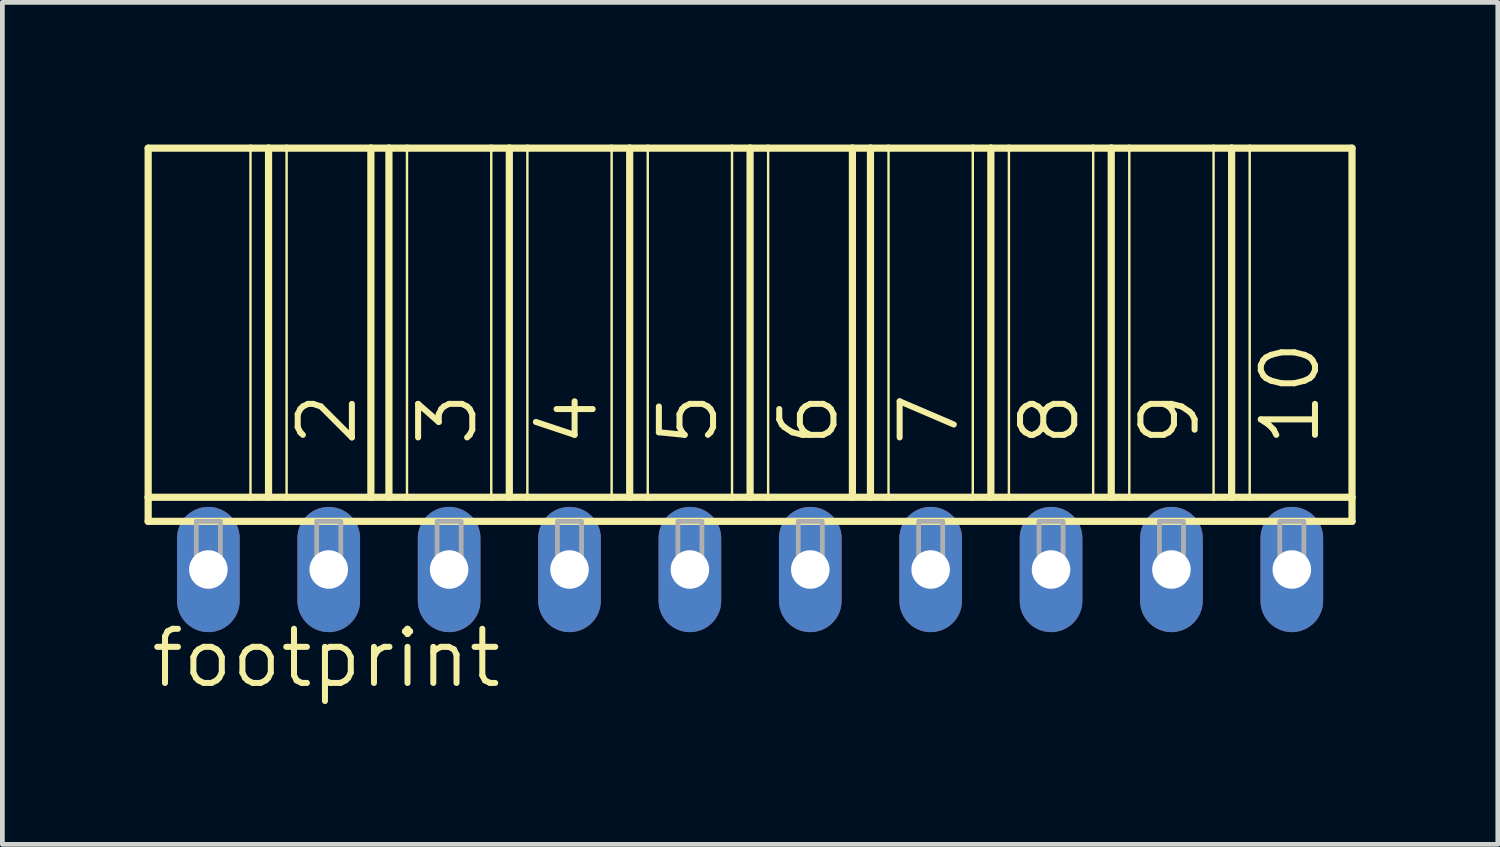
<source format=kicad_pcb>
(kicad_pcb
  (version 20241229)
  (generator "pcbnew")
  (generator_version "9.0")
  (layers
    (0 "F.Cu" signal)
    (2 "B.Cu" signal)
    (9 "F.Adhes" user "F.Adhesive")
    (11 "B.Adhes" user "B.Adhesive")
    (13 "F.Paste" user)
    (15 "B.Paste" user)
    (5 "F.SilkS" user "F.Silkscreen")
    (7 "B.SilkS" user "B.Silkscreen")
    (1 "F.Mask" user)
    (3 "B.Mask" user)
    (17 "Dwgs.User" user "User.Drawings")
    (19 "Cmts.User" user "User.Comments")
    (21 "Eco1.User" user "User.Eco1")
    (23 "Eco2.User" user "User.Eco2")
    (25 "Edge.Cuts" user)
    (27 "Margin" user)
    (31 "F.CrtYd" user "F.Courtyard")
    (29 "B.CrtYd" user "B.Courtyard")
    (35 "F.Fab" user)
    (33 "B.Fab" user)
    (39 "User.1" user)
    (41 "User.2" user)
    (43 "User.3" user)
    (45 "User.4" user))
  (footprint "footprint"
    (layer "F.Cu")
    (at 12.776 8.966)
    (property "Reference" "footprint" (at -12.7 2.54 0) (layer "F.SilkS") (effects (font (size 1.143 1.143) (thickness 0.127)) (justify left bottom)))
    (fp_line (start -12.7 -8.89) (end -10.541 -8.89) (stroke (width 0.152) (type solid)) (layer "F.SilkS"))
    (fp_line (start -12.7 -1.524) (end -12.7 -8.89) (stroke (width 0.152) (type solid)) (layer "F.SilkS"))
    (fp_line (start -12.7 -1.524) (end -10.541 -1.524) (stroke (width 0.152) (type solid)) (layer "F.SilkS"))
    (fp_line (start -12.7 -1.016) (end -12.7 -1.524) (stroke (width 0.152) (type solid)) (layer "F.SilkS"))
    (fp_line (start -12.7 -1.016) (end 12.7 -1.016) (stroke (width 0.152) (type solid)) (layer "F.SilkS"))
    (fp_line (start -10.541 -8.89) (end -10.541 -1.524) (stroke (width 0.051) (type solid)) (layer "F.SilkS"))
    (fp_line (start -10.541 -8.89) (end -10.16 -8.89) (stroke (width 0.152) (type solid)) (layer "F.SilkS"))
    (fp_line (start -10.541 -1.524) (end -10.16 -1.524) (stroke (width 0.152) (type solid)) (layer "F.SilkS"))
    (fp_line (start -10.16 -8.89) (end -10.16 -1.524) (stroke (width 0.152) (type solid)) (layer "F.SilkS"))
    (fp_line (start -10.16 -8.89) (end -9.779 -8.89) (stroke (width 0.152) (type solid)) (layer "F.SilkS"))
    (fp_line (start -10.16 -1.524) (end -9.779 -1.524) (stroke (width 0.152) (type solid)) (layer "F.SilkS"))
    (fp_line (start -9.779 -8.89) (end -9.779 -1.524) (stroke (width 0.051) (type solid)) (layer "F.SilkS"))
    (fp_line (start -9.779 -8.89) (end -8.001 -8.89) (stroke (width 0.152) (type solid)) (layer "F.SilkS"))
    (fp_line (start -9.779 -1.524) (end -8.001 -1.524) (stroke (width 0.152) (type solid)) (layer "F.SilkS"))
    (fp_line (start -8.001 -8.89) (end -8.001 -1.524) (stroke (width 0.152) (type solid)) (layer "F.SilkS"))
    (fp_line (start -8.001 -8.89) (end -7.62 -8.89) (stroke (width 0.152) (type solid)) (layer "F.SilkS"))
    (fp_line (start -8.001 -1.524) (end -7.62 -1.524) (stroke (width 0.152) (type solid)) (layer "F.SilkS"))
    (fp_line (start -7.62 -8.89) (end -7.62 -1.524) (stroke (width 0.152) (type solid)) (layer "F.SilkS"))
    (fp_line (start -7.62 -8.89) (end -7.239 -8.89) (stroke (width 0.152) (type solid)) (layer "F.SilkS"))
    (fp_line (start -7.62 -1.524) (end -7.239 -1.524) (stroke (width 0.152) (type solid)) (layer "F.SilkS"))
    (fp_line (start -7.239 -8.89) (end -7.239 -1.524) (stroke (width 0.051) (type solid)) (layer "F.SilkS"))
    (fp_line (start -7.239 -8.89) (end -5.461 -8.89) (stroke (width 0.152) (type solid)) (layer "F.SilkS"))
    (fp_line (start -7.239 -1.524) (end -5.461 -1.524) (stroke (width 0.152) (type solid)) (layer "F.SilkS"))
    (fp_line (start -5.461 -8.89) (end -5.461 -1.524) (stroke (width 0.051) (type solid)) (layer "F.SilkS"))
    (fp_line (start -5.461 -8.89) (end -5.08 -8.89) (stroke (width 0.152) (type solid)) (layer "F.SilkS"))
    (fp_line (start -5.461 -1.524) (end -5.08 -1.524) (stroke (width 0.152) (type solid)) (layer "F.SilkS"))
    (fp_line (start -5.08 -8.89) (end -5.08 -1.524) (stroke (width 0.152) (type solid)) (layer "F.SilkS"))
    (fp_line (start -5.08 -8.89) (end -4.699 -8.89) (stroke (width 0.152) (type solid)) (layer "F.SilkS"))
    (fp_line (start -5.08 -1.524) (end -4.699 -1.524) (stroke (width 0.152) (type solid)) (layer "F.SilkS"))
    (fp_line (start -4.699 -8.89) (end -4.699 -1.524) (stroke (width 0.051) (type solid)) (layer "F.SilkS"))
    (fp_line (start -4.699 -8.89) (end -2.921 -8.89) (stroke (width 0.152) (type solid)) (layer "F.SilkS"))
    (fp_line (start -4.699 -1.524) (end -2.921 -1.524) (stroke (width 0.152) (type solid)) (layer "F.SilkS"))
    (fp_line (start -2.921 -8.89) (end -2.921 -1.524) (stroke (width 0.051) (type solid)) (layer "F.SilkS"))
    (fp_line (start -2.921 -8.89) (end -2.54 -8.89) (stroke (width 0.152) (type solid)) (layer "F.SilkS"))
    (fp_line (start -2.921 -1.524) (end -2.54 -1.524) (stroke (width 0.152) (type solid)) (layer "F.SilkS"))
    (fp_line (start -2.54 -8.89) (end -2.54 -1.524) (stroke (width 0.152) (type solid)) (layer "F.SilkS"))
    (fp_line (start -2.54 -8.89) (end -2.159 -8.89) (stroke (width 0.152) (type solid)) (layer "F.SilkS"))
    (fp_line (start -2.54 -1.524) (end -2.159 -1.524) (stroke (width 0.152) (type solid)) (layer "F.SilkS"))
    (fp_line (start -2.159 -8.89) (end -2.159 -1.524) (stroke (width 0.051) (type solid)) (layer "F.SilkS"))
    (fp_line (start -2.159 -8.89) (end -0.381 -8.89) (stroke (width 0.152) (type solid)) (layer "F.SilkS"))
    (fp_line (start -2.159 -1.524) (end -0.381 -1.524) (stroke (width 0.152) (type solid)) (layer "F.SilkS"))
    (fp_line (start -0.381 -8.89) (end -0.381 -1.524) (stroke (width 0.051) (type solid)) (layer "F.SilkS"))
    (fp_line (start -0.381 -8.89) (end 0 -8.89) (stroke (width 0.152) (type solid)) (layer "F.SilkS"))
    (fp_line (start -0.381 -1.524) (end 0 -1.524) (stroke (width 0.152) (type solid)) (layer "F.SilkS"))
    (fp_line (start 0 -8.89) (end 0 -1.524) (stroke (width 0.152) (type solid)) (layer "F.SilkS"))
    (fp_line (start 0 -8.89) (end 0.381 -8.89) (stroke (width 0.152) (type solid)) (layer "F.SilkS"))
    (fp_line (start 0 -1.524) (end 0.381 -1.524) (stroke (width 0.152) (type solid)) (layer "F.SilkS"))
    (fp_line (start 0.381 -8.89) (end 0.381 -1.524) (stroke (width 0.051) (type solid)) (layer "F.SilkS"))
    (fp_line (start 0.381 -8.89) (end 2.159 -8.89) (stroke (width 0.152) (type solid)) (layer "F.SilkS"))
    (fp_line (start 0.381 -1.524) (end 2.159 -1.524) (stroke (width 0.152) (type solid)) (layer "F.SilkS"))
    (fp_line (start 2.159 -8.89) (end 2.159 -1.524) (stroke (width 0.152) (type solid)) (layer "F.SilkS"))
    (fp_line (start 2.159 -8.89) (end 2.54 -8.89) (stroke (width 0.152) (type solid)) (layer "F.SilkS"))
    (fp_line (start 2.159 -1.524) (end 2.54 -1.524) (stroke (width 0.152) (type solid)) (layer "F.SilkS"))
    (fp_line (start 2.54 -8.89) (end 2.54 -1.524) (stroke (width 0.152) (type solid)) (layer "F.SilkS"))
    (fp_line (start 2.54 -8.89) (end 2.921 -8.89) (stroke (width 0.152) (type solid)) (layer "F.SilkS"))
    (fp_line (start 2.54 -1.524) (end 2.921 -1.524) (stroke (width 0.152) (type solid)) (layer "F.SilkS"))
    (fp_line (start 2.921 -8.89) (end 2.921 -1.524) (stroke (width 0.051) (type solid)) (layer "F.SilkS"))
    (fp_line (start 2.921 -8.89) (end 4.699 -8.89) (stroke (width 0.152) (type solid)) (layer "F.SilkS"))
    (fp_line (start 2.921 -1.524) (end 4.699 -1.524) (stroke (width 0.152) (type solid)) (layer "F.SilkS"))
    (fp_line (start 4.699 -8.89) (end 4.699 -1.524) (stroke (width 0.051) (type solid)) (layer "F.SilkS"))
    (fp_line (start 4.699 -8.89) (end 5.08 -8.89) (stroke (width 0.152) (type solid)) (layer "F.SilkS"))
    (fp_line (start 4.699 -1.524) (end 5.08 -1.524) (stroke (width 0.152) (type solid)) (layer "F.SilkS"))
    (fp_line (start 5.08 -8.89) (end 5.08 -1.524) (stroke (width 0.152) (type solid)) (layer "F.SilkS"))
    (fp_line (start 5.08 -8.89) (end 5.461 -8.89) (stroke (width 0.152) (type solid)) (layer "F.SilkS"))
    (fp_line (start 5.08 -1.524) (end 5.461 -1.524) (stroke (width 0.152) (type solid)) (layer "F.SilkS"))
    (fp_line (start 5.461 -8.89) (end 5.461 -1.524) (stroke (width 0.051) (type solid)) (layer "F.SilkS"))
    (fp_line (start 5.461 -8.89) (end 7.239 -8.89) (stroke (width 0.152) (type solid)) (layer "F.SilkS"))
    (fp_line (start 5.461 -1.524) (end 7.62 -1.524) (stroke (width 0.152) (type solid)) (layer "F.SilkS"))
    (fp_line (start 7.239 -8.89) (end 7.239 -1.524) (stroke (width 0.051) (type solid)) (layer "F.SilkS"))
    (fp_line (start 7.239 -8.89) (end 7.62 -8.89) (stroke (width 0.152) (type solid)) (layer "F.SilkS"))
    (fp_line (start 7.62 -8.89) (end 7.62 -1.524) (stroke (width 0.152) (type solid)) (layer "F.SilkS"))
    (fp_line (start 7.62 -8.89) (end 8.001 -8.89) (stroke (width 0.152) (type solid)) (layer "F.SilkS"))
    (fp_line (start 7.62 -1.524) (end 8.001 -1.524) (stroke (width 0.152) (type solid)) (layer "F.SilkS"))
    (fp_line (start 8.001 -8.89) (end 8.001 -1.524) (stroke (width 0.051) (type solid)) (layer "F.SilkS"))
    (fp_line (start 8.001 -8.89) (end 9.779 -8.89) (stroke (width 0.152) (type solid)) (layer "F.SilkS"))
    (fp_line (start 8.001 -1.524) (end 9.779 -1.524) (stroke (width 0.152) (type solid)) (layer "F.SilkS"))
    (fp_line (start 9.779 -8.89) (end 9.779 -1.524) (stroke (width 0.051) (type solid)) (layer "F.SilkS"))
    (fp_line (start 9.779 -8.89) (end 10.16 -8.89) (stroke (width 0.152) (type solid)) (layer "F.SilkS"))
    (fp_line (start 9.779 -1.524) (end 10.16 -1.524) (stroke (width 0.152) (type solid)) (layer "F.SilkS"))
    (fp_line (start 10.16 -8.89) (end 10.16 -1.524) (stroke (width 0.152) (type solid)) (layer "F.SilkS"))
    (fp_line (start 10.16 -8.89) (end 10.541 -8.89) (stroke (width 0.152) (type solid)) (layer "F.SilkS"))
    (fp_line (start 10.16 -1.524) (end 10.541 -1.524) (stroke (width 0.152) (type solid)) (layer "F.SilkS"))
    (fp_line (start 10.541 -8.89) (end 10.541 -1.524) (stroke (width 0.051) (type solid)) (layer "F.SilkS"))
    (fp_line (start 10.541 -8.89) (end 12.7 -8.89) (stroke (width 0.152) (type solid)) (layer "F.SilkS"))
    (fp_line (start 10.541 -1.524) (end 12.7 -1.524) (stroke (width 0.152) (type solid)) (layer "F.SilkS"))
    (fp_line (start 12.7 -8.89) (end 12.7 -1.524) (stroke (width 0.152) (type solid)) (layer "F.SilkS"))
    (fp_line (start 12.7 -1.524) (end 12.7 -1.016) (stroke (width 0.152) (type solid)) (layer "F.SilkS"))
    (fp_poly (pts (xy -11.684 0) (xy -11.176 0) (xy -11.176 -1.016) (xy -11.684 -1.016)) (stroke (width 0.1) (type solid)) (fill no) (layer "F.Fab"))
    (fp_poly (pts (xy -9.144 0) (xy -8.636 0) (xy -8.636 -1.016) (xy -9.144 -1.016)) (stroke (width 0.1) (type solid)) (fill no) (layer "F.Fab"))
    (fp_poly (pts (xy -6.604 0) (xy -6.096 0) (xy -6.096 -1.016) (xy -6.604 -1.016)) (stroke (width 0.1) (type solid)) (fill no) (layer "F.Fab"))
    (fp_poly (pts (xy -4.064 0) (xy -3.556 0) (xy -3.556 -1.016) (xy -4.064 -1.016)) (stroke (width 0.1) (type solid)) (fill no) (layer "F.Fab"))
    (fp_poly (pts (xy -1.524 0) (xy -1.016 0) (xy -1.016 -1.016) (xy -1.524 -1.016)) (stroke (width 0.1) (type solid)) (fill no) (layer "F.Fab"))
    (fp_poly (pts (xy 1.016 0) (xy 1.524 0) (xy 1.524 -1.016) (xy 1.016 -1.016)) (stroke (width 0.1) (type solid)) (fill no) (layer "F.Fab"))
    (fp_poly (pts (xy 3.556 0) (xy 4.064 0) (xy 4.064 -1.016) (xy 3.556 -1.016)) (stroke (width 0.1) (type solid)) (fill no) (layer "F.Fab"))
    (fp_poly (pts (xy 6.096 0) (xy 6.604 0) (xy 6.604 -1.016) (xy 6.096 -1.016)) (stroke (width 0.1) (type solid)) (fill no) (layer "F.Fab"))
    (fp_poly (pts (xy 8.636 0) (xy 9.144 0) (xy 9.144 -1.016) (xy 8.636 -1.016)) (stroke (width 0.1) (type solid)) (fill no) (layer "F.Fab"))
    (fp_poly (pts (xy 11.176 0) (xy 11.684 0) (xy 11.684 -1.016) (xy 11.176 -1.016)) (stroke (width 0.1) (type solid)) (fill no) (layer "F.Fab"))
    (fp_text user "8" (at 6.985 -2.54 90) (layer "F.SilkS") (effects (font (size 1.143 1.143) (thickness 0.127)) (justify left bottom)))
    (fp_text user "7" (at 4.445 -2.54 90) (layer "F.SilkS") (effects (font (size 1.143 1.143) (thickness 0.127)) (justify left bottom)))
    (fp_text user "10" (at 12.065 -2.54 90) (layer "F.SilkS") (effects (font (size 1.143 1.143) (thickness 0.127)) (justify left bottom)))
    (fp_text user "3" (at -5.715 -2.54 90) (layer "F.SilkS") (effects (font (size 1.143 1.143) (thickness 0.127)) (justify left bottom)))
    (fp_text user "6" (at 1.905 -2.54 90) (layer "F.SilkS") (effects (font (size 1.143 1.143) (thickness 0.127)) (justify left bottom)))
    (fp_text user "9" (at 9.525 -2.54 90) (layer "F.SilkS") (effects (font (size 1.143 1.143) (thickness 0.127)) (justify left bottom)))
    (fp_text user "4" (at -3.175 -2.54 90) (layer "F.SilkS") (effects (font (size 1.143 1.143) (thickness 0.127)) (justify left bottom)))
    (fp_text user "5" (at -0.635 -2.54 90) (layer "F.SilkS") (effects (font (size 1.143 1.143) (thickness 0.127)) (justify left bottom)))
    (fp_text user "2" (at -8.255 -2.54 90) (layer "F.SilkS") (effects (font (size 1.143 1.143) (thickness 0.127)) (justify left bottom)))
    (pad "1" thru_hole oval (at -11.43 0 90) (size 2.642 1.321) (drill 0.813) (layers "*.Cu" "*.Mask"))
    (pad "2" thru_hole oval (at -8.89 0 90) (size 2.642 1.321) (drill 0.813) (layers "*.Cu" "*.Mask"))
    (pad "3" thru_hole oval (at -6.35 0 90) (size 2.642 1.321) (drill 0.813) (layers "*.Cu" "*.Mask"))
    (pad "4" thru_hole oval (at -3.81 0 90) (size 2.642 1.321) (drill 0.813) (layers "*.Cu" "*.Mask"))
    (pad "5" thru_hole oval (at -1.27 0 90) (size 2.642 1.321) (drill 0.813) (layers "*.Cu" "*.Mask"))
    (pad "6" thru_hole oval (at 1.27 0 90) (size 2.642 1.321) (drill 0.813) (layers "*.Cu" "*.Mask"))
    (pad "7" thru_hole oval (at 3.81 0 90) (size 2.642 1.321) (drill 0.813) (layers "*.Cu" "*.Mask"))
    (pad "8" thru_hole oval (at 6.35 0 90) (size 2.642 1.321) (drill 0.813) (layers "*.Cu" "*.Mask"))
    (pad "9" thru_hole oval (at 8.89 0 90) (size 2.642 1.321) (drill 0.813) (layers "*.Cu" "*.Mask"))
    (pad "10" thru_hole oval (at 11.43 0 90) (size 2.642 1.321) (drill 0.813) (layers "*.Cu" "*.Mask")))
  (gr_rect
    (start -3 -3)
    (end 28.552 14.765)
    (stroke (width 0.1) (type default))
    (fill no)
    (layer "Edge.Cuts")))
</source>
